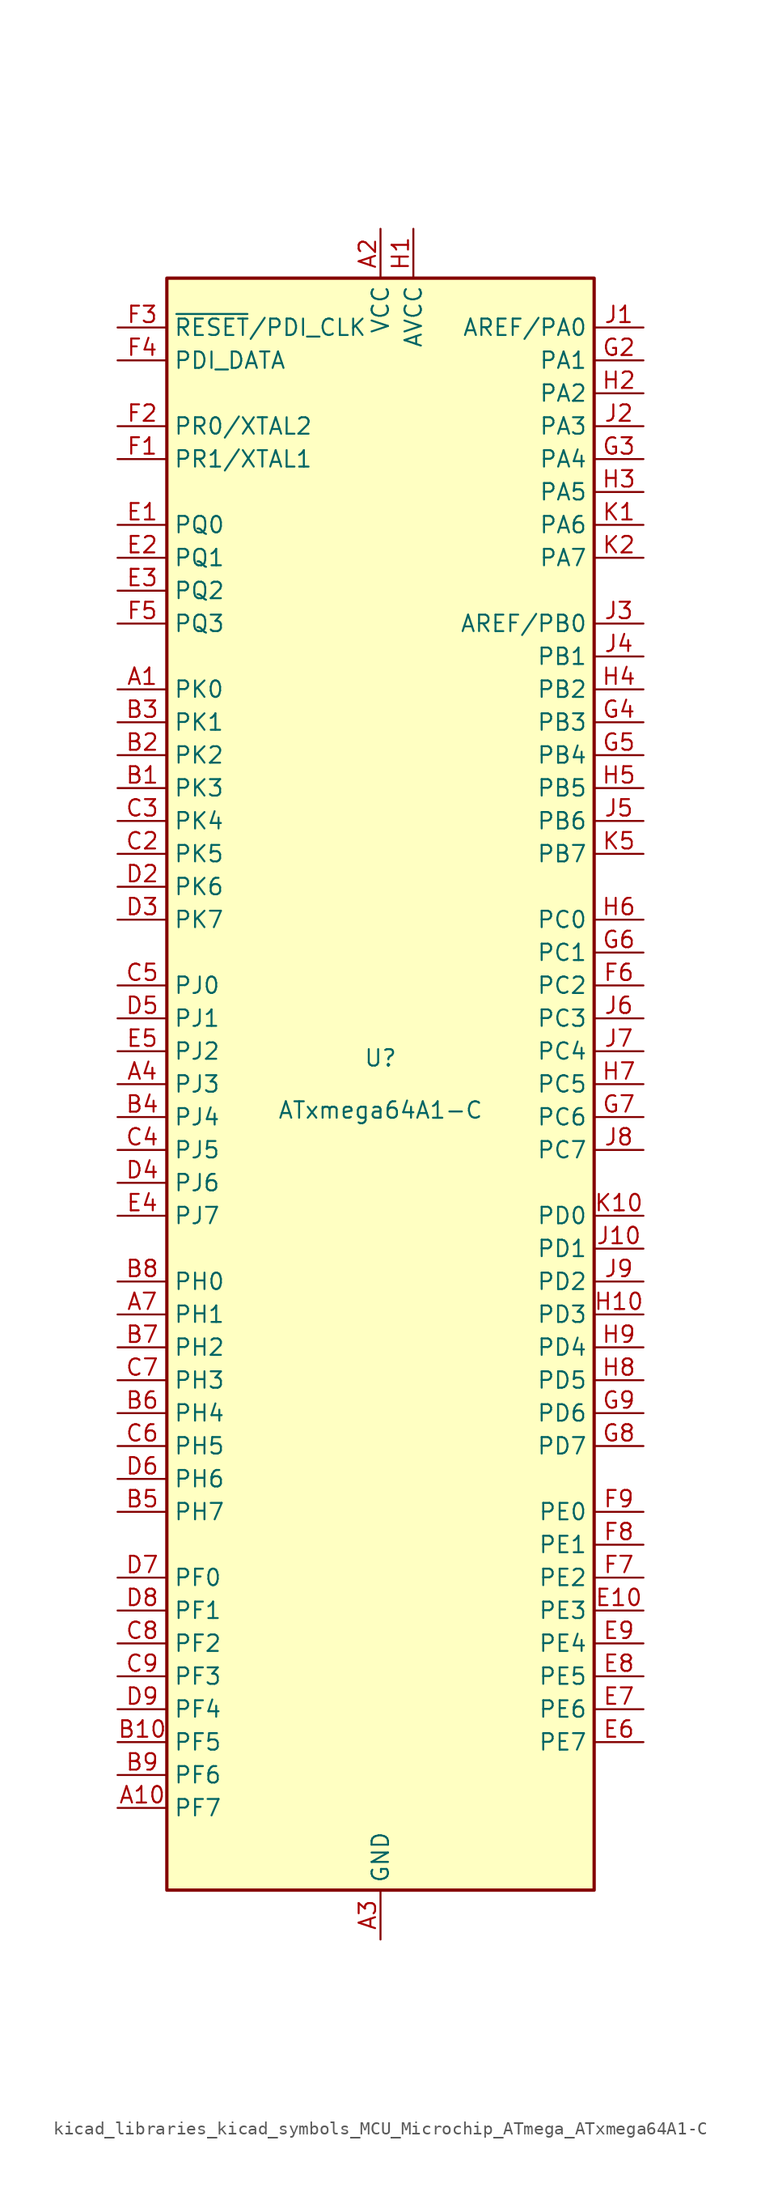
<source format=kicad_sym>
(kicad_symbol_lib
  (version 20220914)
  (generator kicad_symbol_editor)
  (symbol "kicad_libraries_kicad_symbols_MCU_Microchip_ATmega_ATxmega64A1-C"
    (property "Reference" "U"
      (at 0 1.27 0)
      (effects (font (size 1.27 1.27)) (justify bottom)))
    (property "Value" "ATxmega64A1-C"
      (at 0 -1.27 0)
      (effects (font (size 1.27 1.27)) (justify top)))
    (symbol "kicad_libraries_kicad_symbols_MCU_Microchip_ATmega_ATxmega64A1-C_0_1"
      (rectangle (start -16.51 -62.23) (end 16.51 62.23) (stroke (width 0.254) (type default)) (fill (type background))))
    (symbol "kicad_libraries_kicad_symbols_MCU_Microchip_ATmega_ATxmega64A1-C_1_1"
      (pin bidirectional line (at -20.32 30.48 0) (length 3.81) (name "PK0" (effects (font (size 1.27 1.27)))) (number "A1" (effects (font (size 1.27 1.27)))))
      (pin bidirectional line (at -20.32 -55.88 0) (length 3.81) (name "PF7" (effects (font (size 1.27 1.27)))) (number "A10" (effects (font (size 1.27 1.27)))))
      (pin power_in line (at 0 66.04 270) (length 3.81) (name "VCC" (effects (font (size 1.27 1.27)))) (number "A2" (effects (font (size 1.27 1.27)))))
      (pin power_in line (at 0 -66.04 90) (length 3.81) (name "GND" (effects (font (size 1.27 1.27)))) (number "A3" (effects (font (size 1.27 1.27)))))
      (pin bidirectional line (at -20.32 0 0) (length 3.81) (name "PJ3" (effects (font (size 1.27 1.27)))) (number "A4" (effects (font (size 1.27 1.27)))))
      (pin passive line (at 0 66.04 270) (length 3.81) hide (name "VCC" (effects (font (size 1.27 1.27)))) (number "A5" (effects (font (size 1.27 1.27)))))
      (pin passive line (at 0 -66.04 90) (length 3.81) hide (name "GND" (effects (font (size 1.27 1.27)))) (number "A6" (effects (font (size 1.27 1.27)))))
      (pin bidirectional line (at -20.32 -17.78 0) (length 3.81) (name "PH1" (effects (font (size 1.27 1.27)))) (number "A7" (effects (font (size 1.27 1.27)))))
      (pin passive line (at 0 -66.04 90) (length 3.81) hide (name "GND" (effects (font (size 1.27 1.27)))) (number "A8" (effects (font (size 1.27 1.27)))))
      (pin passive line (at 0 66.04 270) (length 3.81) hide (name "VCC" (effects (font (size 1.27 1.27)))) (number "A9" (effects (font (size 1.27 1.27)))))
      (pin bidirectional line (at -20.32 22.86 0) (length 3.81) (name "PK3" (effects (font (size 1.27 1.27)))) (number "B1" (effects (font (size 1.27 1.27)))))
      (pin bidirectional line (at -20.32 -50.8 0) (length 3.81) (name "PF5" (effects (font (size 1.27 1.27)))) (number "B10" (effects (font (size 1.27 1.27)))))
      (pin bidirectional line (at -20.32 25.4 0) (length 3.81) (name "PK2" (effects (font (size 1.27 1.27)))) (number "B2" (effects (font (size 1.27 1.27)))))
      (pin bidirectional line (at -20.32 27.94 0) (length 3.81) (name "PK1" (effects (font (size 1.27 1.27)))) (number "B3" (effects (font (size 1.27 1.27)))))
      (pin bidirectional line (at -20.32 -2.54 0) (length 3.81) (name "PJ4" (effects (font (size 1.27 1.27)))) (number "B4" (effects (font (size 1.27 1.27)))))
      (pin bidirectional line (at -20.32 -33.02 0) (length 3.81) (name "PH7" (effects (font (size 1.27 1.27)))) (number "B5" (effects (font (size 1.27 1.27)))))
      (pin bidirectional line (at -20.32 -25.4 0) (length 3.81) (name "PH4" (effects (font (size 1.27 1.27)))) (number "B6" (effects (font (size 1.27 1.27)))))
      (pin bidirectional line (at -20.32 -20.32 0) (length 3.81) (name "PH2" (effects (font (size 1.27 1.27)))) (number "B7" (effects (font (size 1.27 1.27)))))
      (pin bidirectional line (at -20.32 -15.24 0) (length 3.81) (name "PH0" (effects (font (size 1.27 1.27)))) (number "B8" (effects (font (size 1.27 1.27)))))
      (pin bidirectional line (at -20.32 -53.34 0) (length 3.81) (name "PF6" (effects (font (size 1.27 1.27)))) (number "B9" (effects (font (size 1.27 1.27)))))
      (pin passive line (at 0 66.04 270) (length 3.81) hide (name "VCC" (effects (font (size 1.27 1.27)))) (number "C1" (effects (font (size 1.27 1.27)))))
      (pin passive line (at 0 66.04 270) (length 3.81) hide (name "VCC" (effects (font (size 1.27 1.27)))) (number "C10" (effects (font (size 1.27 1.27)))))
      (pin bidirectional line (at -20.32 17.78 0) (length 3.81) (name "PK5" (effects (font (size 1.27 1.27)))) (number "C2" (effects (font (size 1.27 1.27)))))
      (pin bidirectional line (at -20.32 20.32 0) (length 3.81) (name "PK4" (effects (font (size 1.27 1.27)))) (number "C3" (effects (font (size 1.27 1.27)))))
      (pin bidirectional line (at -20.32 -5.08 0) (length 3.81) (name "PJ5" (effects (font (size 1.27 1.27)))) (number "C4" (effects (font (size 1.27 1.27)))))
      (pin bidirectional line (at -20.32 7.62 0) (length 3.81) (name "PJ0" (effects (font (size 1.27 1.27)))) (number "C5" (effects (font (size 1.27 1.27)))))
      (pin bidirectional line (at -20.32 -27.94 0) (length 3.81) (name "PH5" (effects (font (size 1.27 1.27)))) (number "C6" (effects (font (size 1.27 1.27)))))
      (pin bidirectional line (at -20.32 -22.86 0) (length 3.81) (name "PH3" (effects (font (size 1.27 1.27)))) (number "C7" (effects (font (size 1.27 1.27)))))
      (pin bidirectional line (at -20.32 -43.18 0) (length 3.81) (name "PF2" (effects (font (size 1.27 1.27)))) (number "C8" (effects (font (size 1.27 1.27)))))
      (pin bidirectional line (at -20.32 -45.72 0) (length 3.81) (name "PF3" (effects (font (size 1.27 1.27)))) (number "C9" (effects (font (size 1.27 1.27)))))
      (pin passive line (at 0 -66.04 90) (length 3.81) hide (name "GND" (effects (font (size 1.27 1.27)))) (number "D1" (effects (font (size 1.27 1.27)))))
      (pin passive line (at 0 -66.04 90) (length 3.81) hide (name "GND" (effects (font (size 1.27 1.27)))) (number "D10" (effects (font (size 1.27 1.27)))))
      (pin bidirectional line (at -20.32 15.24 0) (length 3.81) (name "PK6" (effects (font (size 1.27 1.27)))) (number "D2" (effects (font (size 1.27 1.27)))))
      (pin bidirectional line (at -20.32 12.7 0) (length 3.81) (name "PK7" (effects (font (size 1.27 1.27)))) (number "D3" (effects (font (size 1.27 1.27)))))
      (pin bidirectional line (at -20.32 -7.62 0) (length 3.81) (name "PJ6" (effects (font (size 1.27 1.27)))) (number "D4" (effects (font (size 1.27 1.27)))))
      (pin bidirectional line (at -20.32 5.08 0) (length 3.81) (name "PJ1" (effects (font (size 1.27 1.27)))) (number "D5" (effects (font (size 1.27 1.27)))))
      (pin bidirectional line (at -20.32 -30.48 0) (length 3.81) (name "PH6" (effects (font (size 1.27 1.27)))) (number "D6" (effects (font (size 1.27 1.27)))))
      (pin bidirectional line (at -20.32 -38.1 0) (length 3.81) (name "PF0" (effects (font (size 1.27 1.27)))) (number "D7" (effects (font (size 1.27 1.27)))))
      (pin bidirectional line (at -20.32 -40.64 0) (length 3.81) (name "PF1" (effects (font (size 1.27 1.27)))) (number "D8" (effects (font (size 1.27 1.27)))))
      (pin bidirectional line (at -20.32 -48.26 0) (length 3.81) (name "PF4" (effects (font (size 1.27 1.27)))) (number "D9" (effects (font (size 1.27 1.27)))))
      (pin bidirectional line (at -20.32 43.18 0) (length 3.81) (name "PQ0" (effects (font (size 1.27 1.27)))) (number "E1" (effects (font (size 1.27 1.27)))))
      (pin bidirectional line (at 20.32 -40.64 180) (length 3.81) (name "PE3" (effects (font (size 1.27 1.27)))) (number "E10" (effects (font (size 1.27 1.27)))))
      (pin bidirectional line (at -20.32 40.64 0) (length 3.81) (name "PQ1" (effects (font (size 1.27 1.27)))) (number "E2" (effects (font (size 1.27 1.27)))))
      (pin bidirectional line (at -20.32 38.1 0) (length 3.81) (name "PQ2" (effects (font (size 1.27 1.27)))) (number "E3" (effects (font (size 1.27 1.27)))))
      (pin bidirectional line (at -20.32 -10.16 0) (length 3.81) (name "PJ7" (effects (font (size 1.27 1.27)))) (number "E4" (effects (font (size 1.27 1.27)))))
      (pin bidirectional line (at -20.32 2.54 0) (length 3.81) (name "PJ2" (effects (font (size 1.27 1.27)))) (number "E5" (effects (font (size 1.27 1.27)))))
      (pin bidirectional line (at 20.32 -50.8 180) (length 3.81) (name "PE7" (effects (font (size 1.27 1.27)))) (number "E6" (effects (font (size 1.27 1.27)))))
      (pin bidirectional line (at 20.32 -48.26 180) (length 3.81) (name "PE6" (effects (font (size 1.27 1.27)))) (number "E7" (effects (font (size 1.27 1.27)))))
      (pin bidirectional line (at 20.32 -45.72 180) (length 3.81) (name "PE5" (effects (font (size 1.27 1.27)))) (number "E8" (effects (font (size 1.27 1.27)))))
      (pin bidirectional line (at 20.32 -43.18 180) (length 3.81) (name "PE4" (effects (font (size 1.27 1.27)))) (number "E9" (effects (font (size 1.27 1.27)))))
      (pin bidirectional line (at -20.32 48.26 0) (length 3.81) (name "PR1/XTAL1" (effects (font (size 1.27 1.27)))) (number "F1" (effects (font (size 1.27 1.27)))))
      (pin passive line (at 0 66.04 270) (length 3.81) hide (name "VCC" (effects (font (size 1.27 1.27)))) (number "F10" (effects (font (size 1.27 1.27)))))
      (pin bidirectional line (at -20.32 50.8 0) (length 3.81) (name "PR0/XTAL2" (effects (font (size 1.27 1.27)))) (number "F2" (effects (font (size 1.27 1.27)))))
      (pin input line (at -20.32 58.42 0) (length 3.81) (name "~{RESET}/PDI_CLK" (effects (font (size 1.27 1.27)))) (number "F3" (effects (font (size 1.27 1.27)))))
      (pin bidirectional line (at -20.32 55.88 0) (length 3.81) (name "PDI_DATA" (effects (font (size 1.27 1.27)))) (number "F4" (effects (font (size 1.27 1.27)))))
      (pin bidirectional line (at -20.32 35.56 0) (length 3.81) (name "PQ3" (effects (font (size 1.27 1.27)))) (number "F5" (effects (font (size 1.27 1.27)))))
      (pin bidirectional line (at 20.32 7.62 180) (length 3.81) (name "PC2" (effects (font (size 1.27 1.27)))) (number "F6" (effects (font (size 1.27 1.27)))))
      (pin bidirectional line (at 20.32 -38.1 180) (length 3.81) (name "PE2" (effects (font (size 1.27 1.27)))) (number "F7" (effects (font (size 1.27 1.27)))))
      (pin bidirectional line (at 20.32 -35.56 180) (length 3.81) (name "PE1" (effects (font (size 1.27 1.27)))) (number "F8" (effects (font (size 1.27 1.27)))))
      (pin bidirectional line (at 20.32 -33.02 180) (length 3.81) (name "PE0" (effects (font (size 1.27 1.27)))) (number "F9" (effects (font (size 1.27 1.27)))))
      (pin passive line (at 0 -66.04 90) (length 3.81) hide (name "GND" (effects (font (size 1.27 1.27)))) (number "G1" (effects (font (size 1.27 1.27)))))
      (pin passive line (at 0 -66.04 90) (length 3.81) hide (name "GND" (effects (font (size 1.27 1.27)))) (number "G10" (effects (font (size 1.27 1.27)))))
      (pin bidirectional line (at 20.32 55.88 180) (length 3.81) (name "PA1" (effects (font (size 1.27 1.27)))) (number "G2" (effects (font (size 1.27 1.27)))))
      (pin bidirectional line (at 20.32 48.26 180) (length 3.81) (name "PA4" (effects (font (size 1.27 1.27)))) (number "G3" (effects (font (size 1.27 1.27)))))
      (pin bidirectional line (at 20.32 27.94 180) (length 3.81) (name "PB3" (effects (font (size 1.27 1.27)))) (number "G4" (effects (font (size 1.27 1.27)))))
      (pin bidirectional line (at 20.32 25.4 180) (length 3.81) (name "PB4" (effects (font (size 1.27 1.27)))) (number "G5" (effects (font (size 1.27 1.27)))))
      (pin bidirectional line (at 20.32 10.16 180) (length 3.81) (name "PC1" (effects (font (size 1.27 1.27)))) (number "G6" (effects (font (size 1.27 1.27)))))
      (pin bidirectional line (at 20.32 -2.54 180) (length 3.81) (name "PC6" (effects (font (size 1.27 1.27)))) (number "G7" (effects (font (size 1.27 1.27)))))
      (pin bidirectional line (at 20.32 -27.94 180) (length 3.81) (name "PD7" (effects (font (size 1.27 1.27)))) (number "G8" (effects (font (size 1.27 1.27)))))
      (pin bidirectional line (at 20.32 -25.4 180) (length 3.81) (name "PD6" (effects (font (size 1.27 1.27)))) (number "G9" (effects (font (size 1.27 1.27)))))
      (pin power_in line (at 2.54 66.04 270) (length 3.81) (name "AVCC" (effects (font (size 1.27 1.27)))) (number "H1" (effects (font (size 1.27 1.27)))))
      (pin bidirectional line (at 20.32 -17.78 180) (length 3.81) (name "PD3" (effects (font (size 1.27 1.27)))) (number "H10" (effects (font (size 1.27 1.27)))))
      (pin bidirectional line (at 20.32 53.34 180) (length 3.81) (name "PA2" (effects (font (size 1.27 1.27)))) (number "H2" (effects (font (size 1.27 1.27)))))
      (pin bidirectional line (at 20.32 45.72 180) (length 3.81) (name "PA5" (effects (font (size 1.27 1.27)))) (number "H3" (effects (font (size 1.27 1.27)))))
      (pin bidirectional line (at 20.32 30.48 180) (length 3.81) (name "PB2" (effects (font (size 1.27 1.27)))) (number "H4" (effects (font (size 1.27 1.27)))))
      (pin bidirectional line (at 20.32 22.86 180) (length 3.81) (name "PB5" (effects (font (size 1.27 1.27)))) (number "H5" (effects (font (size 1.27 1.27)))))
      (pin bidirectional line (at 20.32 12.7 180) (length 3.81) (name "PC0" (effects (font (size 1.27 1.27)))) (number "H6" (effects (font (size 1.27 1.27)))))
      (pin bidirectional line (at 20.32 0 180) (length 3.81) (name "PC5" (effects (font (size 1.27 1.27)))) (number "H7" (effects (font (size 1.27 1.27)))))
      (pin bidirectional line (at 20.32 -22.86 180) (length 3.81) (name "PD5" (effects (font (size 1.27 1.27)))) (number "H8" (effects (font (size 1.27 1.27)))))
      (pin bidirectional line (at 20.32 -20.32 180) (length 3.81) (name "PD4" (effects (font (size 1.27 1.27)))) (number "H9" (effects (font (size 1.27 1.27)))))
      (pin bidirectional line (at 20.32 58.42 180) (length 3.81) (name "AREF/PA0" (effects (font (size 1.27 1.27)))) (number "J1" (effects (font (size 1.27 1.27)))))
      (pin bidirectional line (at 20.32 -12.7 180) (length 3.81) (name "PD1" (effects (font (size 1.27 1.27)))) (number "J10" (effects (font (size 1.27 1.27)))))
      (pin bidirectional line (at 20.32 50.8 180) (length 3.81) (name "PA3" (effects (font (size 1.27 1.27)))) (number "J2" (effects (font (size 1.27 1.27)))))
      (pin bidirectional line (at 20.32 35.56 180) (length 3.81) (name "AREF/PB0" (effects (font (size 1.27 1.27)))) (number "J3" (effects (font (size 1.27 1.27)))))
      (pin bidirectional line (at 20.32 33.02 180) (length 3.81) (name "PB1" (effects (font (size 1.27 1.27)))) (number "J4" (effects (font (size 1.27 1.27)))))
      (pin bidirectional line (at 20.32 20.32 180) (length 3.81) (name "PB6" (effects (font (size 1.27 1.27)))) (number "J5" (effects (font (size 1.27 1.27)))))
      (pin bidirectional line (at 20.32 5.08 180) (length 3.81) (name "PC3" (effects (font (size 1.27 1.27)))) (number "J6" (effects (font (size 1.27 1.27)))))
      (pin bidirectional line (at 20.32 2.54 180) (length 3.81) (name "PC4" (effects (font (size 1.27 1.27)))) (number "J7" (effects (font (size 1.27 1.27)))))
      (pin bidirectional line (at 20.32 -5.08 180) (length 3.81) (name "PC7" (effects (font (size 1.27 1.27)))) (number "J8" (effects (font (size 1.27 1.27)))))
      (pin bidirectional line (at 20.32 -15.24 180) (length 3.81) (name "PD2" (effects (font (size 1.27 1.27)))) (number "J9" (effects (font (size 1.27 1.27)))))
      (pin bidirectional line (at 20.32 43.18 180) (length 3.81) (name "PA6" (effects (font (size 1.27 1.27)))) (number "K1" (effects (font (size 1.27 1.27)))))
      (pin bidirectional line (at 20.32 -10.16 180) (length 3.81) (name "PD0" (effects (font (size 1.27 1.27)))) (number "K10" (effects (font (size 1.27 1.27)))))
      (pin bidirectional line (at 20.32 40.64 180) (length 3.81) (name "PA7" (effects (font (size 1.27 1.27)))) (number "K2" (effects (font (size 1.27 1.27)))))
      (pin passive line (at 0 -66.04 90) (length 3.81) hide (name "GND" (effects (font (size 1.27 1.27)))) (number "K3" (effects (font (size 1.27 1.27)))))
      (pin passive line (at 2.54 66.04 270) (length 3.81) hide (name "AVCC" (effects (font (size 1.27 1.27)))) (number "K4" (effects (font (size 1.27 1.27)))))
      (pin bidirectional line (at 20.32 17.78 180) (length 3.81) (name "PB7" (effects (font (size 1.27 1.27)))) (number "K5" (effects (font (size 1.27 1.27)))))
      (pin passive line (at 0 66.04 270) (length 3.81) hide (name "VCC" (effects (font (size 1.27 1.27)))) (number "K6" (effects (font (size 1.27 1.27)))))
      (pin passive line (at 0 -66.04 90) (length 3.81) hide (name "GND" (effects (font (size 1.27 1.27)))) (number "K7" (effects (font (size 1.27 1.27)))))
      (pin passive line (at 0 66.04 270) (length 3.81) hide (name "VCC" (effects (font (size 1.27 1.27)))) (number "K8" (effects (font (size 1.27 1.27)))))
      (pin passive line (at 0 -66.04 90) (length 3.81) hide (name "GND" (effects (font (size 1.27 1.27)))) (number "K9" (effects (font (size 1.27 1.27))))))))
</source>
